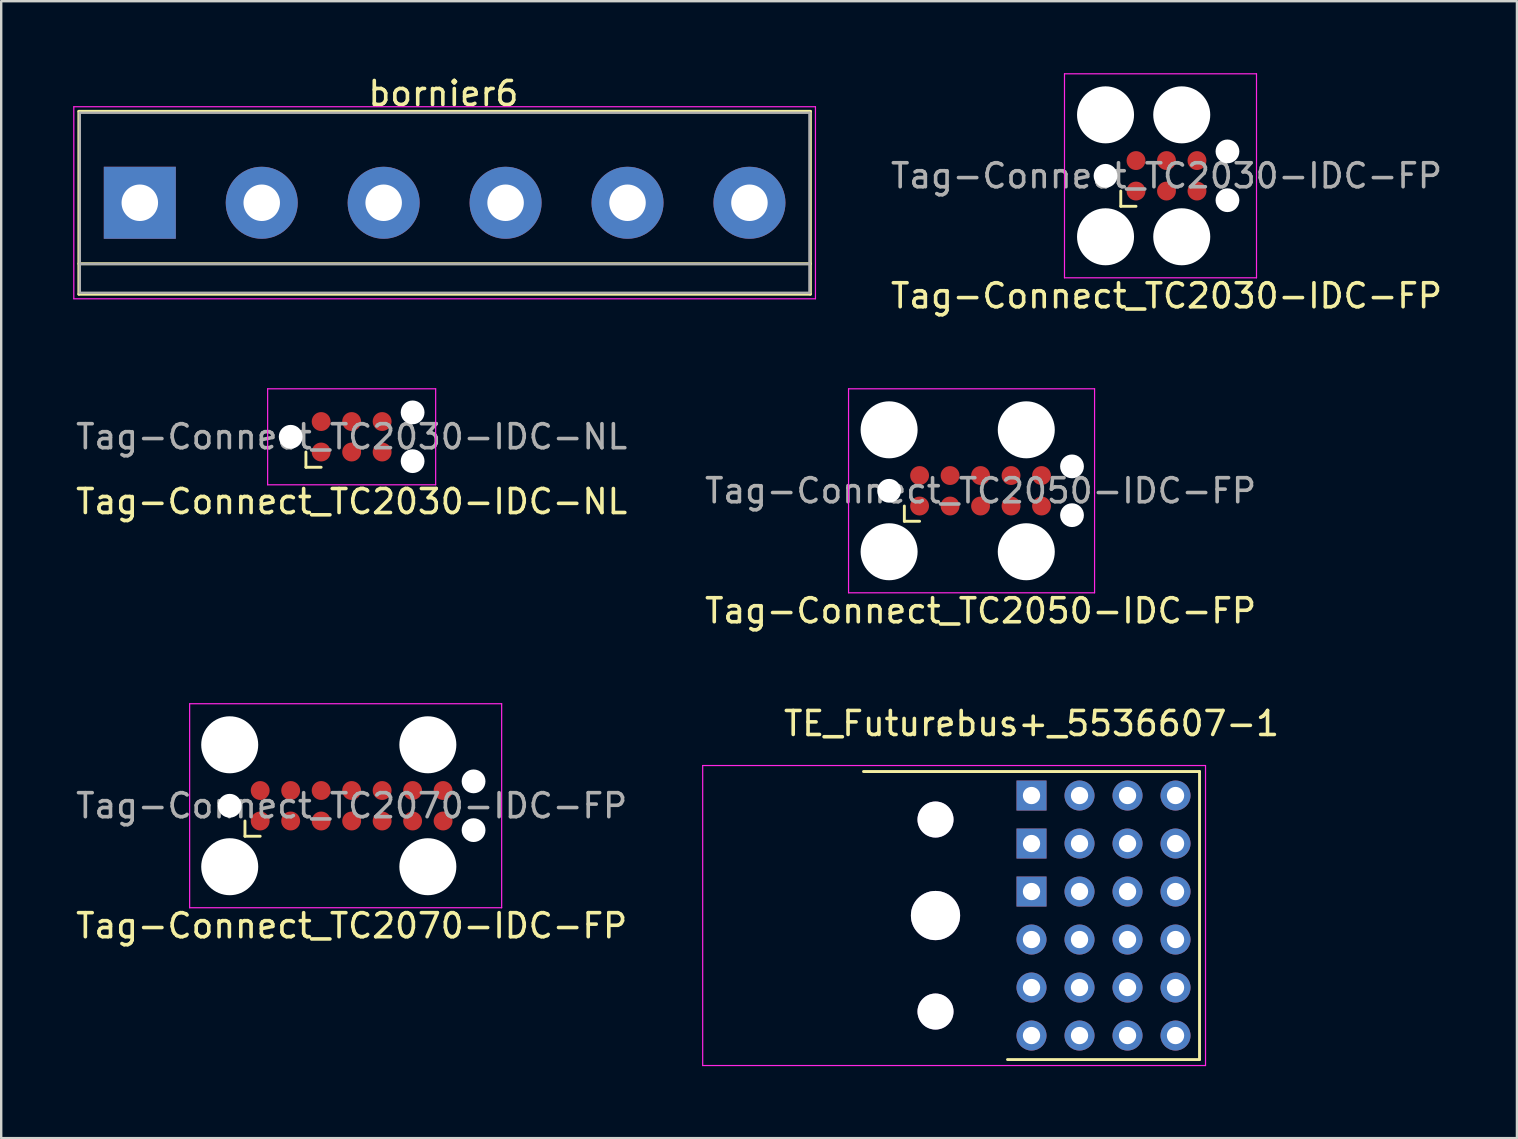
<source format=kicad_pcb>
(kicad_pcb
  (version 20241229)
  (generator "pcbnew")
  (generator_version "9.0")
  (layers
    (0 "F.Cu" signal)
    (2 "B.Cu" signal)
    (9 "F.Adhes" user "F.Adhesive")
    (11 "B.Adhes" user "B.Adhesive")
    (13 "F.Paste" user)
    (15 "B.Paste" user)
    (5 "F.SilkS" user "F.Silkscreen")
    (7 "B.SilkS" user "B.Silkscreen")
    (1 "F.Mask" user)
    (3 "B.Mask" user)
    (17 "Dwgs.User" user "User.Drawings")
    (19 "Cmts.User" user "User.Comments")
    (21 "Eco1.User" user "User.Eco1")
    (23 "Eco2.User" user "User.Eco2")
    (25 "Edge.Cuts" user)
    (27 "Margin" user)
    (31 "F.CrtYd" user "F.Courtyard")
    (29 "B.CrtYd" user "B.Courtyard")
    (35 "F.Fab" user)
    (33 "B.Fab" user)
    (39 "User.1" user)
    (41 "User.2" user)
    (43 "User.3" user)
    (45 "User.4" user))
  (footprint "Tag-Connect_TC2070-IDC-FP"
    (layer "F.Cu")
    (at 11.601 30.521)
    (property "Reference" "Tag-Connect_TC2070-IDC-FP" (at 0 5 0) (layer "F.SilkS") (effects (font (size 1 1) (thickness 0.15))))
    (attr exclude_from_pos_files exclude_from_bom)
    (fp_line (start -4.445 0.635) (end -4.445 1.27) (stroke (width 0.12) (type solid)) (layer "F.SilkS"))
    (fp_line (start -4.445 1.27) (end -3.81 1.27) (stroke (width 0.12) (type solid)) (layer "F.SilkS"))
    (fp_line (start -6.75 -4.25) (end -6.75 4.25) (stroke (width 0.05) (type solid)) (layer "F.CrtYd"))
    (fp_line (start -6.75 4.25) (end 6.25 4.25) (stroke (width 0.05) (type solid)) (layer "F.CrtYd"))
    (fp_line (start 6.25 -4.25) (end -6.75 -4.25) (stroke (width 0.05) (type solid)) (layer "F.CrtYd"))
    (fp_line (start 6.25 4.25) (end 6.25 -4.25) (stroke (width 0.05) (type solid)) (layer "F.CrtYd"))
    (fp_text user "${REFERENCE}" (at 0 0 0) (layer "F.Fab") (effects (font (size 1 1) (thickness 0.15))))
    (pad "" np_thru_hole circle (at -5.08 -2.54) (size 2.375 2.375) (drill 2.375) (layers "*.Cu" "*.Mask"))
    (pad "" np_thru_hole circle (at -5.08 0) (size 0.991 0.991) (drill 0.991) (layers "*.Cu" "*.Mask"))
    (pad "" np_thru_hole circle (at -5.08 2.54) (size 2.375 2.375) (drill 2.375) (layers "*.Cu" "*.Mask"))
    (pad "" np_thru_hole circle (at 3.175 -2.54) (size 2.375 2.375) (drill 2.375) (layers "*.Cu" "*.Mask"))
    (pad "" np_thru_hole circle (at 3.175 2.54) (size 2.375 2.375) (drill 2.375) (layers "*.Cu" "*.Mask"))
    (pad "" np_thru_hole circle (at 5.08 -1.016) (size 0.991 0.991) (drill 0.991) (layers "*.Cu" "*.Mask"))
    (pad "" np_thru_hole circle (at 5.08 1.016) (size 0.991 0.991) (drill 0.991) (layers "*.Cu" "*.Mask"))
    (pad "1" connect circle (at -3.81 0.635) (size 0.787 0.787) (layers "F.Cu" "F.Mask"))
    (pad "2" connect circle (at -2.54 0.635) (size 0.787 0.787) (layers "F.Cu" "F.Mask"))
    (pad "3" connect circle (at -1.27 0.635) (size 0.787 0.787) (layers "F.Cu" "F.Mask"))
    (pad "4" connect circle (at 0 0.635) (size 0.787 0.787) (layers "F.Cu" "F.Mask"))
    (pad "5" connect circle (at 1.27 0.635) (size 0.787 0.787) (layers "F.Cu" "F.Mask"))
    (pad "6" connect circle (at 2.54 0.635) (size 0.787 0.787) (layers "F.Cu" "F.Mask"))
    (pad "7" connect circle (at 3.81 0.635) (size 0.787 0.787) (layers "F.Cu" "F.Mask"))
    (pad "8" connect circle (at 3.81 -0.635) (size 0.787 0.787) (layers "F.Cu" "F.Mask"))
    (pad "9" connect circle (at 2.54 -0.635) (size 0.787 0.787) (layers "F.Cu" "F.Mask"))
    (pad "10" connect circle (at 1.27 -0.635) (size 0.787 0.787) (layers "F.Cu" "F.Mask"))
    (pad "11" connect circle (at 0 -0.635) (size 0.787 0.787) (layers "F.Cu" "F.Mask"))
    (pad "12" connect circle (at -1.27 -0.635) (size 0.787 0.787) (layers "F.Cu" "F.Mask"))
    (pad "13" connect circle (at -2.54 -0.635) (size 0.787 0.787) (layers "F.Cu" "F.Mask"))
    (pad "14" connect circle (at -3.81 -0.635) (size 0.787 0.787) (layers "F.Cu" "F.Mask")))
  (footprint "Tag-Connect_TC2050-IDC-FP"
    (layer "F.Cu")
    (at 37.804 17.398)
    (property "Reference" "Tag-Connect_TC2050-IDC-FP" (at 0 5 0) (layer "F.SilkS") (effects (font (size 1 1) (thickness 0.15))))
    (attr exclude_from_pos_files exclude_from_bom)
    (fp_line (start -3.175 1.27) (end -3.175 0.635) (stroke (width 0.12) (type solid)) (layer "F.SilkS"))
    (fp_line (start -2.54 1.27) (end -3.175 1.27) (stroke (width 0.12) (type solid)) (layer "F.SilkS"))
    (fp_line (start -5.5 -4.25) (end 4.75 -4.25) (stroke (width 0.05) (type solid)) (layer "F.CrtYd"))
    (fp_line (start -5.5 4.25) (end -5.5 -4.25) (stroke (width 0.05) (type solid)) (layer "F.CrtYd"))
    (fp_line (start 4.75 -4.25) (end 4.75 4.25) (stroke (width 0.05) (type solid)) (layer "F.CrtYd"))
    (fp_line (start 4.75 4.25) (end -5.5 4.25) (stroke (width 0.05) (type solid)) (layer "F.CrtYd"))
    (fp_text user "${REFERENCE}" (at 0 0 0) (layer "F.Fab") (effects (font (size 1 1) (thickness 0.15))))
    (pad "" np_thru_hole circle (at -3.81 -2.54) (size 2.375 2.375) (drill 2.375) (layers "*.Cu" "*.Mask"))
    (pad "" np_thru_hole circle (at -3.81 0) (size 0.991 0.991) (drill 0.991) (layers "*.Cu" "*.Mask"))
    (pad "" np_thru_hole circle (at -3.81 2.54) (size 2.375 2.375) (drill 2.375) (layers "*.Cu" "*.Mask"))
    (pad "" np_thru_hole circle (at 1.905 -2.54) (size 2.375 2.375) (drill 2.375) (layers "*.Cu" "*.Mask"))
    (pad "" np_thru_hole circle (at 1.905 2.54) (size 2.375 2.375) (drill 2.375) (layers "*.Cu" "*.Mask"))
    (pad "" np_thru_hole circle (at 3.81 -1.016) (size 0.991 0.991) (drill 0.991) (layers "*.Cu" "*.Mask"))
    (pad "" np_thru_hole circle (at 3.81 1.016) (size 0.991 0.991) (drill 0.991) (layers "*.Cu" "*.Mask"))
    (pad "1" connect circle (at -2.54 0.635) (size 0.787 0.787) (layers "F.Cu" "F.Mask"))
    (pad "2" connect circle (at -1.27 0.635) (size 0.787 0.787) (layers "F.Cu" "F.Mask"))
    (pad "3" connect circle (at 0 0.635) (size 0.787 0.787) (layers "F.Cu" "F.Mask"))
    (pad "4" connect circle (at 1.27 0.635) (size 0.787 0.787) (layers "F.Cu" "F.Mask"))
    (pad "5" connect circle (at 2.54 0.635) (size 0.787 0.787) (layers "F.Cu" "F.Mask"))
    (pad "6" connect circle (at 2.54 -0.635) (size 0.787 0.787) (layers "F.Cu" "F.Mask"))
    (pad "7" connect circle (at 1.27 -0.635) (size 0.787 0.787) (layers "F.Cu" "F.Mask"))
    (pad "8" connect circle (at 0 -0.635) (size 0.787 0.787) (layers "F.Cu" "F.Mask"))
    (pad "9" connect circle (at -1.27 -0.635) (size 0.787 0.787) (layers "F.Cu" "F.Mask"))
    (pad "10" connect circle (at -2.54 -0.635) (size 0.787 0.787) (layers "F.Cu" "F.Mask")))
  (footprint "Tag-Connect_TC2030-IDC-NL"
    (layer "F.Cu")
    (at 11.601 15.148)
    (property "Reference" "Tag-Connect_TC2030-IDC-NL" (at 0 2.7 0) (layer "F.SilkS") (effects (font (size 1 1) (thickness 0.15))))
    (attr exclude_from_pos_files exclude_from_bom)
    (fp_line (start -1.905 1.27) (end -1.905 0.635) (stroke (width 0.12) (type solid)) (layer "F.SilkS"))
    (fp_line (start -1.27 1.27) (end -1.905 1.27) (stroke (width 0.12) (type solid)) (layer "F.SilkS"))
    (fp_line (start -3.5 -2) (end 3.5 -2) (stroke (width 0.05) (type solid)) (layer "F.CrtYd"))
    (fp_line (start -3.5 2) (end -3.5 -2) (stroke (width 0.05) (type solid)) (layer "F.CrtYd"))
    (fp_line (start 3.5 -2) (end 3.5 2) (stroke (width 0.05) (type solid)) (layer "F.CrtYd"))
    (fp_line (start 3.5 2) (end -3.5 2) (stroke (width 0.05) (type solid)) (layer "F.CrtYd"))
    (fp_text user "${REFERENCE}" (at 0 0 0) (layer "F.Fab") (effects (font (size 1 1) (thickness 0.15))))
    (pad "" np_thru_hole circle (at -2.54 0) (size 0.991 0.991) (drill 0.991) (layers "*.Cu" "*.Mask"))
    (pad "" np_thru_hole circle (at 2.54 -1.016) (size 0.991 0.991) (drill 0.991) (layers "*.Cu" "*.Mask"))
    (pad "" np_thru_hole circle (at 2.54 1.016) (size 0.991 0.991) (drill 0.991) (layers "*.Cu" "*.Mask"))
    (pad "1" connect circle (at -1.27 0.635) (size 0.787 0.787) (layers "F.Cu" "F.Mask"))
    (pad "2" connect circle (at -1.27 -0.635) (size 0.787 0.787) (layers "F.Cu" "F.Mask"))
    (pad "3" connect circle (at 0 0.635) (size 0.787 0.787) (layers "F.Cu" "F.Mask"))
    (pad "4" connect circle (at 0 -0.635) (size 0.787 0.787) (layers "F.Cu" "F.Mask"))
    (pad "5" connect circle (at 1.27 0.635) (size 0.787 0.787) (layers "F.Cu" "F.Mask"))
    (pad "6" connect circle (at 1.27 -0.635) (size 0.787 0.787) (layers "F.Cu" "F.Mask")))
  (footprint "TE_Futurebus+_5536607-1"
    (layer "F.Cu")
    (at 39.927 30.095)
    (property "Reference" "TE_Futurebus+_5536607-1" (at 0 -3 0) (layer "F.SilkS") (effects (font (size 1 1) (thickness 0.15))))
    (attr through_hole)
    (fp_line (start -7 -1) (end 7 -1) (stroke (width 0.12) (type solid)) (layer "F.SilkS"))
    (fp_line (start 7 -1) (end 7 11) (stroke (width 0.12) (type solid)) (layer "F.SilkS"))
    (fp_line (start 7 11) (end -1 11) (stroke (width 0.12) (type solid)) (layer "F.SilkS"))
    (fp_line (start -13.7 -1.25) (end 7.25 -1.25) (stroke (width 0.05) (type solid)) (layer "F.CrtYd"))
    (fp_line (start -13.7 11.25) (end -13.7 -1.25) (stroke (width 0.05) (type solid)) (layer "F.CrtYd"))
    (fp_line (start 7.25 -1.25) (end 7.25 11.25) (stroke (width 0.05) (type solid)) (layer "F.CrtYd"))
    (fp_line (start 7.25 11.25) (end -13.7 11.25) (stroke (width 0.05) (type solid)) (layer "F.CrtYd"))
    (pad "" thru_hole circle (at -4 1) (size 1.5 1.5) (drill 1.5) (layers "*.Cu" "*.Mask"))
    (pad "" thru_hole circle (at -4 5) (size 2.05 2.05) (drill 2.05) (layers "*.Cu" "*.Mask"))
    (pad "" thru_hole circle (at -4 9) (size 1.5 1.5) (drill 1.5) (layers "*.Cu" "*.Mask"))
    (pad "1" thru_hole rect (at 0 0) (size 1.25 1.25) (drill 0.72) (layers "*.Cu" "*.Mask"))
    (pad "1" thru_hole rect (at 0 2) (size 1.25 1.25) (drill 0.72) (layers "*.Cu" "*.Mask"))
    (pad "1" thru_hole rect (at 0 4) (size 1.25 1.25) (drill 0.72) (layers "*.Cu" "*.Mask"))
    (pad "2" thru_hole circle (at 2 0) (size 1.25 1.25) (drill 0.72) (layers "*.Cu" "*.Mask"))
    (pad "2" thru_hole circle (at 2 2) (size 1.25 1.25) (drill 0.72) (layers "*.Cu" "*.Mask"))
    (pad "2" thru_hole circle (at 2 4) (size 1.25 1.25) (drill 0.72) (layers "*.Cu" "*.Mask"))
    (pad "3" thru_hole circle (at 4 0) (size 1.25 1.25) (drill 0.72) (layers "*.Cu" "*.Mask"))
    (pad "3" thru_hole circle (at 4 2) (size 1.25 1.25) (drill 0.72) (layers "*.Cu" "*.Mask"))
    (pad "3" thru_hole circle (at 4 4) (size 1.25 1.25) (drill 0.72) (layers "*.Cu" "*.Mask"))
    (pad "4" thru_hole circle (at 6 0) (size 1.25 1.25) (drill 0.72) (layers "*.Cu" "*.Mask"))
    (pad "4" thru_hole circle (at 6 2) (size 1.25 1.25) (drill 0.72) (layers "*.Cu" "*.Mask"))
    (pad "4" thru_hole circle (at 6 4) (size 1.25 1.25) (drill 0.72) (layers "*.Cu" "*.Mask"))
    (pad "5" thru_hole circle (at 0 6) (size 1.25 1.25) (drill 0.72) (layers "*.Cu" "*.Mask"))
    (pad "5" thru_hole circle (at 0 8) (size 1.25 1.25) (drill 0.72) (layers "*.Cu" "*.Mask"))
    (pad "5" thru_hole circle (at 0 10) (size 1.25 1.25) (drill 0.72) (layers "*.Cu" "*.Mask"))
    (pad "6" thru_hole circle (at 2 6) (size 1.25 1.25) (drill 0.72) (layers "*.Cu" "*.Mask"))
    (pad "6" thru_hole circle (at 2 8) (size 1.25 1.25) (drill 0.72) (layers "*.Cu" "*.Mask"))
    (pad "6" thru_hole circle (at 2 10) (size 1.25 1.25) (drill 0.72) (layers "*.Cu" "*.Mask"))
    (pad "7" thru_hole circle (at 4 6) (size 1.25 1.25) (drill 0.72) (layers "*.Cu" "*.Mask"))
    (pad "7" thru_hole circle (at 4 8) (size 1.25 1.25) (drill 0.72) (layers "*.Cu" "*.Mask"))
    (pad "7" thru_hole circle (at 4 10) (size 1.25 1.25) (drill 0.72) (layers "*.Cu" "*.Mask"))
    (pad "8" thru_hole circle (at 6 6) (size 1.25 1.25) (drill 0.72) (layers "*.Cu" "*.Mask"))
    (pad "8" thru_hole circle (at 6 8) (size 1.25 1.25) (drill 0.72) (layers "*.Cu" "*.Mask"))
    (pad "8" thru_hole circle (at 6 10) (size 1.25 1.25) (drill 0.72) (layers "*.Cu" "*.Mask")))
  (footprint "Tag-Connect_TC2030-IDC-FP"
    (layer "F.Cu")
    (at 45.551 4.275)
    (property "Reference" "Tag-Connect_TC2030-IDC-FP" (at 0 5 0) (layer "F.SilkS") (effects (font (size 1 1) (thickness 0.15))))
    (attr exclude_from_pos_files exclude_from_bom)
    (fp_line (start -1.905 1.27) (end -1.905 0.635) (stroke (width 0.12) (type solid)) (layer "F.SilkS"))
    (fp_line (start -1.27 1.27) (end -1.905 1.27) (stroke (width 0.12) (type solid)) (layer "F.SilkS"))
    (fp_line (start -4.25 -4.25) (end 3.75 -4.25) (stroke (width 0.05) (type solid)) (layer "F.CrtYd"))
    (fp_line (start -4.25 4.25) (end -4.25 -4.25) (stroke (width 0.05) (type solid)) (layer "F.CrtYd"))
    (fp_line (start 3.75 -4.25) (end 3.75 4.25) (stroke (width 0.05) (type solid)) (layer "F.CrtYd"))
    (fp_line (start 3.75 4.25) (end -4.25 4.25) (stroke (width 0.05) (type solid)) (layer "F.CrtYd"))
    (fp_text user "${REFERENCE}" (at 0 0 0) (layer "F.Fab") (effects (font (size 1 1) (thickness 0.15))))
    (pad "" np_thru_hole circle (at -2.54 -2.54) (size 2.375 2.375) (drill 2.375) (layers "*.Cu" "*.Mask"))
    (pad "" np_thru_hole circle (at -2.54 0) (size 0.991 0.991) (drill 0.991) (layers "*.Cu" "*.Mask"))
    (pad "" np_thru_hole circle (at -2.54 2.54) (size 2.375 2.375) (drill 2.375) (layers "*.Cu" "*.Mask"))
    (pad "" np_thru_hole circle (at 0.635 -2.54) (size 2.375 2.375) (drill 2.375) (layers "*.Cu" "*.Mask"))
    (pad "" np_thru_hole circle (at 0.635 2.54) (size 2.375 2.375) (drill 2.375) (layers "*.Cu" "*.Mask"))
    (pad "" np_thru_hole circle (at 2.54 -1.016) (size 0.991 0.991) (drill 0.991) (layers "*.Cu" "*.Mask"))
    (pad "" np_thru_hole circle (at 2.54 1.016) (size 0.991 0.991) (drill 0.991) (layers "*.Cu" "*.Mask"))
    (pad "1" connect circle (at -1.27 0.635) (size 0.787 0.787) (layers "F.Cu" "F.Mask"))
    (pad "2" connect circle (at -1.27 -0.635) (size 0.787 0.787) (layers "F.Cu" "F.Mask"))
    (pad "3" connect circle (at 0 0.635) (size 0.787 0.787) (layers "F.Cu" "F.Mask"))
    (pad "4" connect circle (at 0 -0.635) (size 0.787 0.787) (layers "F.Cu" "F.Mask"))
    (pad "5" connect circle (at 1.27 0.635) (size 0.787 0.787) (layers "F.Cu" "F.Mask"))
    (pad "6" connect circle (at 1.27 -0.635) (size 0.787 0.787) (layers "F.Cu" "F.Mask")))
  (footprint "bornier6"
    (layer "F.Cu")
    (at 2.775 5.398)
    (property "Reference" "bornier6" (at 12.65 -4.55 0) (layer "F.SilkS") (effects (font (size 1 1) (thickness 0.15))))
    (attr through_hole)
    (fp_line (start -2.54 -3.81) (end -2.54 3.81) (stroke (width 0.12) (type solid)) (layer "F.SilkS"))
    (fp_line (start -2.54 -3.81) (end 27.94 -3.81) (stroke (width 0.12) (type solid)) (layer "F.SilkS"))
    (fp_line (start -2.54 2.54) (end 27.94 2.54) (stroke (width 0.12) (type solid)) (layer "F.SilkS"))
    (fp_line (start -2.54 3.81) (end 27.94 3.81) (stroke (width 0.12) (type solid)) (layer "F.SilkS"))
    (fp_line (start 27.94 3.81) (end 27.94 -3.81) (stroke (width 0.12) (type solid)) (layer "F.SilkS"))
    (fp_line (start -2.75 -4) (end -2.75 4) (stroke (width 0.05) (type solid)) (layer "F.CrtYd"))
    (fp_line (start -2.75 -4) (end 28.15 -4) (stroke (width 0.05) (type solid)) (layer "F.CrtYd"))
    (fp_line (start 28.15 4) (end -2.75 4) (stroke (width 0.05) (type solid)) (layer "F.CrtYd"))
    (fp_line (start 28.15 4) (end 28.15 -4) (stroke (width 0.05) (type solid)) (layer "F.CrtYd"))
    (fp_line (start -2.5 -3.75) (end -2.5 3.75) (stroke (width 0.1) (type solid)) (layer "F.Fab"))
    (fp_line (start -2.5 2.55) (end 27.9 2.55) (stroke (width 0.1) (type solid)) (layer "F.Fab"))
    (fp_line (start -2.5 3.75) (end 27.9 3.75) (stroke (width 0.1) (type solid)) (layer "F.Fab"))
    (fp_line (start 27.9 -3.75) (end -2.5 -3.75) (stroke (width 0.1) (type solid)) (layer "F.Fab"))
    (fp_line (start 27.9 3.75) (end 27.9 -3.75) (stroke (width 0.1) (type solid)) (layer "F.Fab"))
    (pad "1" thru_hole rect (at 0 0) (size 3 3) (drill 1.52) (layers "*.Cu" "*.Mask"))
    (pad "2" thru_hole circle (at 5.08 0) (size 3 3) (drill 1.52) (layers "*.Cu" "*.Mask"))
    (pad "3" thru_hole circle (at 10.16 0) (size 3 3) (drill 1.52) (layers "*.Cu" "*.Mask"))
    (pad "4" thru_hole circle (at 15.24 0) (size 3 3) (drill 1.52) (layers "*.Cu" "*.Mask"))
    (pad "5" thru_hole circle (at 20.32 0) (size 3 3) (drill 1.52) (layers "*.Cu" "*.Mask"))
    (pad "6" thru_hole circle (at 25.4 0) (size 3 3) (drill 1.52) (layers "*.Cu" "*.Mask")))
  (gr_rect
    (start -3 -3)
    (end 60.152 44.37)
    (stroke (width 0.1) (type default))
    (fill no)
    (layer "Edge.Cuts")))
</source>
